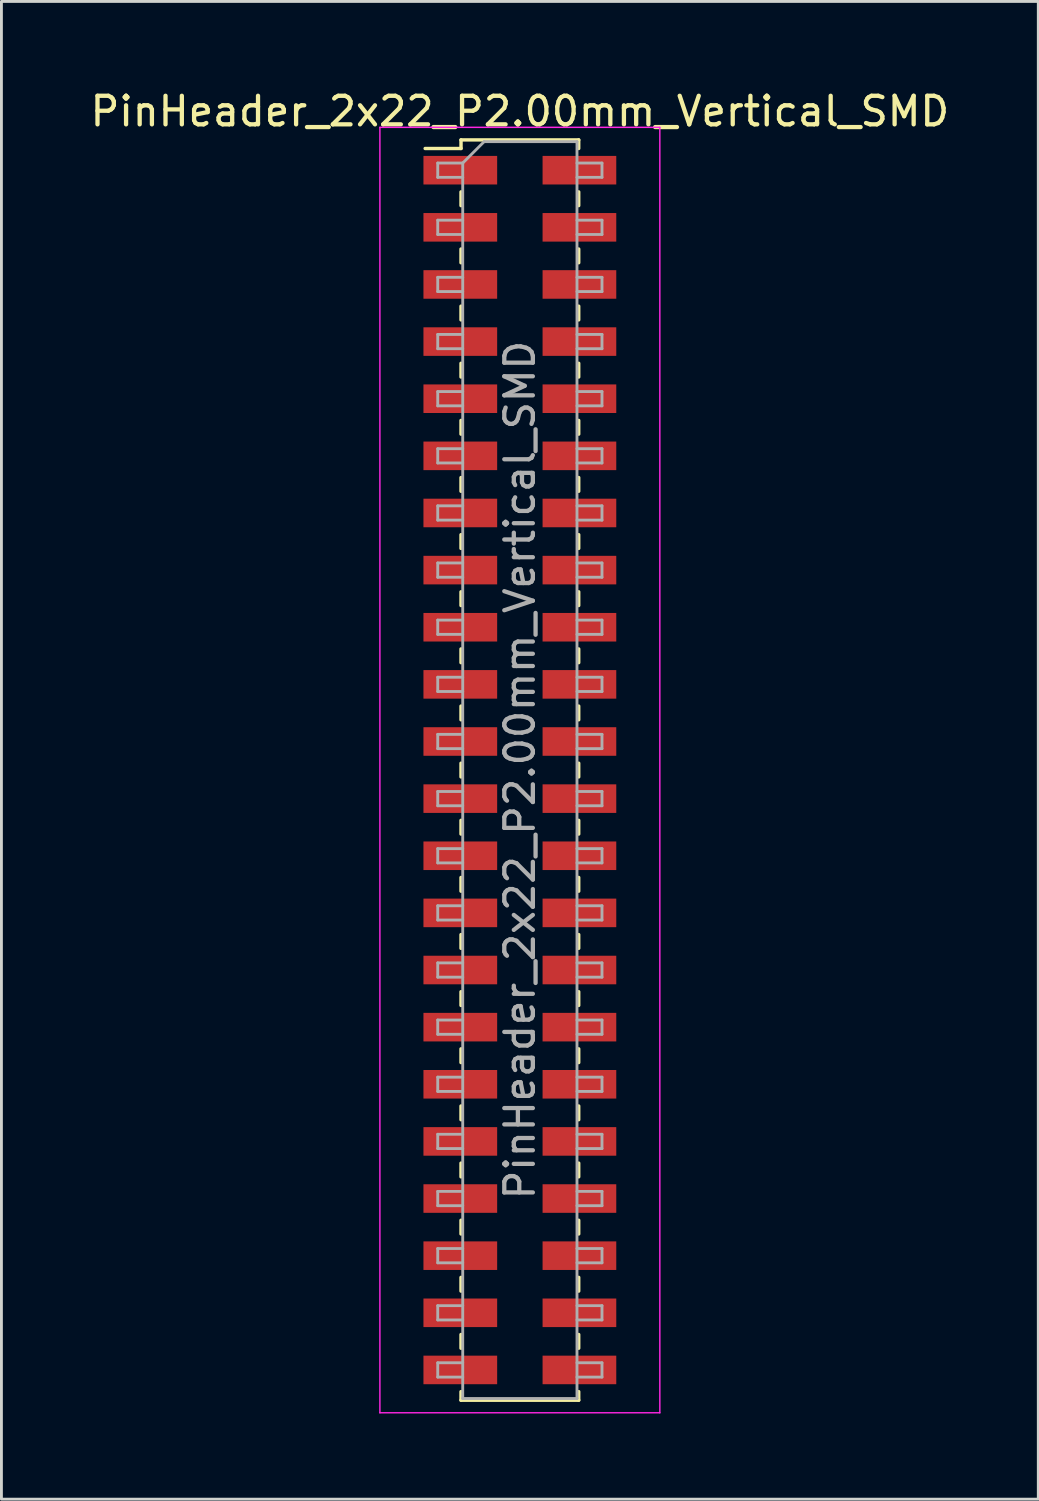
<source format=kicad_pcb>
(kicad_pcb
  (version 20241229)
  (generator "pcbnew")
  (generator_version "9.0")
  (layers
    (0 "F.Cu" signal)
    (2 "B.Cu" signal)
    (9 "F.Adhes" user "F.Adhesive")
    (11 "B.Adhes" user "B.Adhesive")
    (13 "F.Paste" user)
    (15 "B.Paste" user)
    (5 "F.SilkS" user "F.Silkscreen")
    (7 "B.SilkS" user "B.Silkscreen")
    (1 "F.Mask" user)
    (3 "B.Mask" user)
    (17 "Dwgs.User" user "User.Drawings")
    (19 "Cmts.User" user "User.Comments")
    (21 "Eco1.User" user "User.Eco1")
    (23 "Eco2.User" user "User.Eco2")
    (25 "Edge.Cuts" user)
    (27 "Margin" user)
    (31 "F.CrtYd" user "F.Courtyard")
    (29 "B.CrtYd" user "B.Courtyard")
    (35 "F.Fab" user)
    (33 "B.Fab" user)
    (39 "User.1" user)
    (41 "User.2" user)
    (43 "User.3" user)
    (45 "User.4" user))
  (footprint "PinHeader_2x22_P2.00mm_Vertical_SMD"
    (layer "F.Cu")
    (at 15.149 23.908)
    (property "Reference" "PinHeader_2x22_P2.00mm_Vertical_SMD" (at 0 -23.06 0) (layer "F.SilkS") (effects (font (size 1 1) (thickness 0.15))))
    (attr smd)
    (fp_line (start -3.315 -21.76) (end -2.06 -21.76) (stroke (width 0.12) (type solid)) (layer "F.SilkS"))
    (fp_line (start -2.06 -22.06) (end -2.06 -21.76) (stroke (width 0.12) (type solid)) (layer "F.SilkS"))
    (fp_line (start -2.06 -22.06) (end 2.06 -22.06) (stroke (width 0.12) (type solid)) (layer "F.SilkS"))
    (fp_line (start -2.06 -20.24) (end -2.06 -19.76) (stroke (width 0.12) (type solid)) (layer "F.SilkS"))
    (fp_line (start -2.06 -18.24) (end -2.06 -17.76) (stroke (width 0.12) (type solid)) (layer "F.SilkS"))
    (fp_line (start -2.06 -16.24) (end -2.06 -15.76) (stroke (width 0.12) (type solid)) (layer "F.SilkS"))
    (fp_line (start -2.06 -14.24) (end -2.06 -13.76) (stroke (width 0.12) (type solid)) (layer "F.SilkS"))
    (fp_line (start -2.06 -12.24) (end -2.06 -11.76) (stroke (width 0.12) (type solid)) (layer "F.SilkS"))
    (fp_line (start -2.06 -10.24) (end -2.06 -9.76) (stroke (width 0.12) (type solid)) (layer "F.SilkS"))
    (fp_line (start -2.06 -8.24) (end -2.06 -7.76) (stroke (width 0.12) (type solid)) (layer "F.SilkS"))
    (fp_line (start -2.06 -6.24) (end -2.06 -5.76) (stroke (width 0.12) (type solid)) (layer "F.SilkS"))
    (fp_line (start -2.06 -4.24) (end -2.06 -3.76) (stroke (width 0.12) (type solid)) (layer "F.SilkS"))
    (fp_line (start -2.06 -2.24) (end -2.06 -1.76) (stroke (width 0.12) (type solid)) (layer "F.SilkS"))
    (fp_line (start -2.06 -0.24) (end -2.06 0.24) (stroke (width 0.12) (type solid)) (layer "F.SilkS"))
    (fp_line (start -2.06 1.76) (end -2.06 2.24) (stroke (width 0.12) (type solid)) (layer "F.SilkS"))
    (fp_line (start -2.06 3.76) (end -2.06 4.24) (stroke (width 0.12) (type solid)) (layer "F.SilkS"))
    (fp_line (start -2.06 5.76) (end -2.06 6.24) (stroke (width 0.12) (type solid)) (layer "F.SilkS"))
    (fp_line (start -2.06 7.76) (end -2.06 8.24) (stroke (width 0.12) (type solid)) (layer "F.SilkS"))
    (fp_line (start -2.06 9.76) (end -2.06 10.24) (stroke (width 0.12) (type solid)) (layer "F.SilkS"))
    (fp_line (start -2.06 11.76) (end -2.06 12.24) (stroke (width 0.12) (type solid)) (layer "F.SilkS"))
    (fp_line (start -2.06 13.76) (end -2.06 14.24) (stroke (width 0.12) (type solid)) (layer "F.SilkS"))
    (fp_line (start -2.06 15.76) (end -2.06 16.24) (stroke (width 0.12) (type solid)) (layer "F.SilkS"))
    (fp_line (start -2.06 17.76) (end -2.06 18.24) (stroke (width 0.12) (type solid)) (layer "F.SilkS"))
    (fp_line (start -2.06 19.76) (end -2.06 20.24) (stroke (width 0.12) (type solid)) (layer "F.SilkS"))
    (fp_line (start -2.06 21.76) (end -2.06 22.06) (stroke (width 0.12) (type solid)) (layer "F.SilkS"))
    (fp_line (start -2.06 22.06) (end 2.06 22.06) (stroke (width 0.12) (type solid)) (layer "F.SilkS"))
    (fp_line (start 2.06 -22.06) (end 2.06 -21.76) (stroke (width 0.12) (type solid)) (layer "F.SilkS"))
    (fp_line (start 2.06 -20.24) (end 2.06 -19.76) (stroke (width 0.12) (type solid)) (layer "F.SilkS"))
    (fp_line (start 2.06 -18.24) (end 2.06 -17.76) (stroke (width 0.12) (type solid)) (layer "F.SilkS"))
    (fp_line (start 2.06 -16.24) (end 2.06 -15.76) (stroke (width 0.12) (type solid)) (layer "F.SilkS"))
    (fp_line (start 2.06 -14.24) (end 2.06 -13.76) (stroke (width 0.12) (type solid)) (layer "F.SilkS"))
    (fp_line (start 2.06 -12.24) (end 2.06 -11.76) (stroke (width 0.12) (type solid)) (layer "F.SilkS"))
    (fp_line (start 2.06 -10.24) (end 2.06 -9.76) (stroke (width 0.12) (type solid)) (layer "F.SilkS"))
    (fp_line (start 2.06 -8.24) (end 2.06 -7.76) (stroke (width 0.12) (type solid)) (layer "F.SilkS"))
    (fp_line (start 2.06 -6.24) (end 2.06 -5.76) (stroke (width 0.12) (type solid)) (layer "F.SilkS"))
    (fp_line (start 2.06 -4.24) (end 2.06 -3.76) (stroke (width 0.12) (type solid)) (layer "F.SilkS"))
    (fp_line (start 2.06 -2.24) (end 2.06 -1.76) (stroke (width 0.12) (type solid)) (layer "F.SilkS"))
    (fp_line (start 2.06 -0.24) (end 2.06 0.24) (stroke (width 0.12) (type solid)) (layer "F.SilkS"))
    (fp_line (start 2.06 1.76) (end 2.06 2.24) (stroke (width 0.12) (type solid)) (layer "F.SilkS"))
    (fp_line (start 2.06 3.76) (end 2.06 4.24) (stroke (width 0.12) (type solid)) (layer "F.SilkS"))
    (fp_line (start 2.06 5.76) (end 2.06 6.24) (stroke (width 0.12) (type solid)) (layer "F.SilkS"))
    (fp_line (start 2.06 7.76) (end 2.06 8.24) (stroke (width 0.12) (type solid)) (layer "F.SilkS"))
    (fp_line (start 2.06 9.76) (end 2.06 10.24) (stroke (width 0.12) (type solid)) (layer "F.SilkS"))
    (fp_line (start 2.06 11.76) (end 2.06 12.24) (stroke (width 0.12) (type solid)) (layer "F.SilkS"))
    (fp_line (start 2.06 13.76) (end 2.06 14.24) (stroke (width 0.12) (type solid)) (layer "F.SilkS"))
    (fp_line (start 2.06 15.76) (end 2.06 16.24) (stroke (width 0.12) (type solid)) (layer "F.SilkS"))
    (fp_line (start 2.06 17.76) (end 2.06 18.24) (stroke (width 0.12) (type solid)) (layer "F.SilkS"))
    (fp_line (start 2.06 19.76) (end 2.06 20.24) (stroke (width 0.12) (type solid)) (layer "F.SilkS"))
    (fp_line (start 2.06 21.76) (end 2.06 22.06) (stroke (width 0.12) (type solid)) (layer "F.SilkS"))
    (fp_line (start -4.9 -22.5) (end -4.9 22.5) (stroke (width 0.05) (type solid)) (layer "F.CrtYd"))
    (fp_line (start -4.9 22.5) (end 4.9 22.5) (stroke (width 0.05) (type solid)) (layer "F.CrtYd"))
    (fp_line (start 4.9 -22.5) (end -4.9 -22.5) (stroke (width 0.05) (type solid)) (layer "F.CrtYd"))
    (fp_line (start 4.9 22.5) (end 4.9 -22.5) (stroke (width 0.05) (type solid)) (layer "F.CrtYd"))
    (fp_line (start -2.875 -21.25) (end -2.875 -20.75) (stroke (width 0.1) (type solid)) (layer "F.Fab"))
    (fp_line (start -2.875 -20.75) (end -2 -20.75) (stroke (width 0.1) (type solid)) (layer "F.Fab"))
    (fp_line (start -2.875 -19.25) (end -2.875 -18.75) (stroke (width 0.1) (type solid)) (layer "F.Fab"))
    (fp_line (start -2.875 -18.75) (end -2 -18.75) (stroke (width 0.1) (type solid)) (layer "F.Fab"))
    (fp_line (start -2.875 -17.25) (end -2.875 -16.75) (stroke (width 0.1) (type solid)) (layer "F.Fab"))
    (fp_line (start -2.875 -16.75) (end -2 -16.75) (stroke (width 0.1) (type solid)) (layer "F.Fab"))
    (fp_line (start -2.875 -15.25) (end -2.875 -14.75) (stroke (width 0.1) (type solid)) (layer "F.Fab"))
    (fp_line (start -2.875 -14.75) (end -2 -14.75) (stroke (width 0.1) (type solid)) (layer "F.Fab"))
    (fp_line (start -2.875 -13.25) (end -2.875 -12.75) (stroke (width 0.1) (type solid)) (layer "F.Fab"))
    (fp_line (start -2.875 -12.75) (end -2 -12.75) (stroke (width 0.1) (type solid)) (layer "F.Fab"))
    (fp_line (start -2.875 -11.25) (end -2.875 -10.75) (stroke (width 0.1) (type solid)) (layer "F.Fab"))
    (fp_line (start -2.875 -10.75) (end -2 -10.75) (stroke (width 0.1) (type solid)) (layer "F.Fab"))
    (fp_line (start -2.875 -9.25) (end -2.875 -8.75) (stroke (width 0.1) (type solid)) (layer "F.Fab"))
    (fp_line (start -2.875 -8.75) (end -2 -8.75) (stroke (width 0.1) (type solid)) (layer "F.Fab"))
    (fp_line (start -2.875 -7.25) (end -2.875 -6.75) (stroke (width 0.1) (type solid)) (layer "F.Fab"))
    (fp_line (start -2.875 -6.75) (end -2 -6.75) (stroke (width 0.1) (type solid)) (layer "F.Fab"))
    (fp_line (start -2.875 -5.25) (end -2.875 -4.75) (stroke (width 0.1) (type solid)) (layer "F.Fab"))
    (fp_line (start -2.875 -4.75) (end -2 -4.75) (stroke (width 0.1) (type solid)) (layer "F.Fab"))
    (fp_line (start -2.875 -3.25) (end -2.875 -2.75) (stroke (width 0.1) (type solid)) (layer "F.Fab"))
    (fp_line (start -2.875 -2.75) (end -2 -2.75) (stroke (width 0.1) (type solid)) (layer "F.Fab"))
    (fp_line (start -2.875 -1.25) (end -2.875 -0.75) (stroke (width 0.1) (type solid)) (layer "F.Fab"))
    (fp_line (start -2.875 -0.75) (end -2 -0.75) (stroke (width 0.1) (type solid)) (layer "F.Fab"))
    (fp_line (start -2.875 0.75) (end -2.875 1.25) (stroke (width 0.1) (type solid)) (layer "F.Fab"))
    (fp_line (start -2.875 1.25) (end -2 1.25) (stroke (width 0.1) (type solid)) (layer "F.Fab"))
    (fp_line (start -2.875 2.75) (end -2.875 3.25) (stroke (width 0.1) (type solid)) (layer "F.Fab"))
    (fp_line (start -2.875 3.25) (end -2 3.25) (stroke (width 0.1) (type solid)) (layer "F.Fab"))
    (fp_line (start -2.875 4.75) (end -2.875 5.25) (stroke (width 0.1) (type solid)) (layer "F.Fab"))
    (fp_line (start -2.875 5.25) (end -2 5.25) (stroke (width 0.1) (type solid)) (layer "F.Fab"))
    (fp_line (start -2.875 6.75) (end -2.875 7.25) (stroke (width 0.1) (type solid)) (layer "F.Fab"))
    (fp_line (start -2.875 7.25) (end -2 7.25) (stroke (width 0.1) (type solid)) (layer "F.Fab"))
    (fp_line (start -2.875 8.75) (end -2.875 9.25) (stroke (width 0.1) (type solid)) (layer "F.Fab"))
    (fp_line (start -2.875 9.25) (end -2 9.25) (stroke (width 0.1) (type solid)) (layer "F.Fab"))
    (fp_line (start -2.875 10.75) (end -2.875 11.25) (stroke (width 0.1) (type solid)) (layer "F.Fab"))
    (fp_line (start -2.875 11.25) (end -2 11.25) (stroke (width 0.1) (type solid)) (layer "F.Fab"))
    (fp_line (start -2.875 12.75) (end -2.875 13.25) (stroke (width 0.1) (type solid)) (layer "F.Fab"))
    (fp_line (start -2.875 13.25) (end -2 13.25) (stroke (width 0.1) (type solid)) (layer "F.Fab"))
    (fp_line (start -2.875 14.75) (end -2.875 15.25) (stroke (width 0.1) (type solid)) (layer "F.Fab"))
    (fp_line (start -2.875 15.25) (end -2 15.25) (stroke (width 0.1) (type solid)) (layer "F.Fab"))
    (fp_line (start -2.875 16.75) (end -2.875 17.25) (stroke (width 0.1) (type solid)) (layer "F.Fab"))
    (fp_line (start -2.875 17.25) (end -2 17.25) (stroke (width 0.1) (type solid)) (layer "F.Fab"))
    (fp_line (start -2.875 18.75) (end -2.875 19.25) (stroke (width 0.1) (type solid)) (layer "F.Fab"))
    (fp_line (start -2.875 19.25) (end -2 19.25) (stroke (width 0.1) (type solid)) (layer "F.Fab"))
    (fp_line (start -2.875 20.75) (end -2.875 21.25) (stroke (width 0.1) (type solid)) (layer "F.Fab"))
    (fp_line (start -2.875 21.25) (end -2 21.25) (stroke (width 0.1) (type solid)) (layer "F.Fab"))
    (fp_line (start -2 -21.25) (end -2.875 -21.25) (stroke (width 0.1) (type solid)) (layer "F.Fab"))
    (fp_line (start -2 -21.25) (end -1.25 -22) (stroke (width 0.1) (type solid)) (layer "F.Fab"))
    (fp_line (start -2 -19.25) (end -2.875 -19.25) (stroke (width 0.1) (type solid)) (layer "F.Fab"))
    (fp_line (start -2 -17.25) (end -2.875 -17.25) (stroke (width 0.1) (type solid)) (layer "F.Fab"))
    (fp_line (start -2 -15.25) (end -2.875 -15.25) (stroke (width 0.1) (type solid)) (layer "F.Fab"))
    (fp_line (start -2 -13.25) (end -2.875 -13.25) (stroke (width 0.1) (type solid)) (layer "F.Fab"))
    (fp_line (start -2 -11.25) (end -2.875 -11.25) (stroke (width 0.1) (type solid)) (layer "F.Fab"))
    (fp_line (start -2 -9.25) (end -2.875 -9.25) (stroke (width 0.1) (type solid)) (layer "F.Fab"))
    (fp_line (start -2 -7.25) (end -2.875 -7.25) (stroke (width 0.1) (type solid)) (layer "F.Fab"))
    (fp_line (start -2 -5.25) (end -2.875 -5.25) (stroke (width 0.1) (type solid)) (layer "F.Fab"))
    (fp_line (start -2 -3.25) (end -2.875 -3.25) (stroke (width 0.1) (type solid)) (layer "F.Fab"))
    (fp_line (start -2 -1.25) (end -2.875 -1.25) (stroke (width 0.1) (type solid)) (layer "F.Fab"))
    (fp_line (start -2 0.75) (end -2.875 0.75) (stroke (width 0.1) (type solid)) (layer "F.Fab"))
    (fp_line (start -2 2.75) (end -2.875 2.75) (stroke (width 0.1) (type solid)) (layer "F.Fab"))
    (fp_line (start -2 4.75) (end -2.875 4.75) (stroke (width 0.1) (type solid)) (layer "F.Fab"))
    (fp_line (start -2 6.75) (end -2.875 6.75) (stroke (width 0.1) (type solid)) (layer "F.Fab"))
    (fp_line (start -2 8.75) (end -2.875 8.75) (stroke (width 0.1) (type solid)) (layer "F.Fab"))
    (fp_line (start -2 10.75) (end -2.875 10.75) (stroke (width 0.1) (type solid)) (layer "F.Fab"))
    (fp_line (start -2 12.75) (end -2.875 12.75) (stroke (width 0.1) (type solid)) (layer "F.Fab"))
    (fp_line (start -2 14.75) (end -2.875 14.75) (stroke (width 0.1) (type solid)) (layer "F.Fab"))
    (fp_line (start -2 16.75) (end -2.875 16.75) (stroke (width 0.1) (type solid)) (layer "F.Fab"))
    (fp_line (start -2 18.75) (end -2.875 18.75) (stroke (width 0.1) (type solid)) (layer "F.Fab"))
    (fp_line (start -2 20.75) (end -2.875 20.75) (stroke (width 0.1) (type solid)) (layer "F.Fab"))
    (fp_line (start -2 22) (end -2 -21.25) (stroke (width 0.1) (type solid)) (layer "F.Fab"))
    (fp_line (start -1.25 -22) (end 2 -22) (stroke (width 0.1) (type solid)) (layer "F.Fab"))
    (fp_line (start 2 -22) (end 2 22) (stroke (width 0.1) (type solid)) (layer "F.Fab"))
    (fp_line (start 2 -21.25) (end 2.875 -21.25) (stroke (width 0.1) (type solid)) (layer "F.Fab"))
    (fp_line (start 2 -19.25) (end 2.875 -19.25) (stroke (width 0.1) (type solid)) (layer "F.Fab"))
    (fp_line (start 2 -17.25) (end 2.875 -17.25) (stroke (width 0.1) (type solid)) (layer "F.Fab"))
    (fp_line (start 2 -15.25) (end 2.875 -15.25) (stroke (width 0.1) (type solid)) (layer "F.Fab"))
    (fp_line (start 2 -13.25) (end 2.875 -13.25) (stroke (width 0.1) (type solid)) (layer "F.Fab"))
    (fp_line (start 2 -11.25) (end 2.875 -11.25) (stroke (width 0.1) (type solid)) (layer "F.Fab"))
    (fp_line (start 2 -9.25) (end 2.875 -9.25) (stroke (width 0.1) (type solid)) (layer "F.Fab"))
    (fp_line (start 2 -7.25) (end 2.875 -7.25) (stroke (width 0.1) (type solid)) (layer "F.Fab"))
    (fp_line (start 2 -5.25) (end 2.875 -5.25) (stroke (width 0.1) (type solid)) (layer "F.Fab"))
    (fp_line (start 2 -3.25) (end 2.875 -3.25) (stroke (width 0.1) (type solid)) (layer "F.Fab"))
    (fp_line (start 2 -1.25) (end 2.875 -1.25) (stroke (width 0.1) (type solid)) (layer "F.Fab"))
    (fp_line (start 2 0.75) (end 2.875 0.75) (stroke (width 0.1) (type solid)) (layer "F.Fab"))
    (fp_line (start 2 2.75) (end 2.875 2.75) (stroke (width 0.1) (type solid)) (layer "F.Fab"))
    (fp_line (start 2 4.75) (end 2.875 4.75) (stroke (width 0.1) (type solid)) (layer "F.Fab"))
    (fp_line (start 2 6.75) (end 2.875 6.75) (stroke (width 0.1) (type solid)) (layer "F.Fab"))
    (fp_line (start 2 8.75) (end 2.875 8.75) (stroke (width 0.1) (type solid)) (layer "F.Fab"))
    (fp_line (start 2 10.75) (end 2.875 10.75) (stroke (width 0.1) (type solid)) (layer "F.Fab"))
    (fp_line (start 2 12.75) (end 2.875 12.75) (stroke (width 0.1) (type solid)) (layer "F.Fab"))
    (fp_line (start 2 14.75) (end 2.875 14.75) (stroke (width 0.1) (type solid)) (layer "F.Fab"))
    (fp_line (start 2 16.75) (end 2.875 16.75) (stroke (width 0.1) (type solid)) (layer "F.Fab"))
    (fp_line (start 2 18.75) (end 2.875 18.75) (stroke (width 0.1) (type solid)) (layer "F.Fab"))
    (fp_line (start 2 20.75) (end 2.875 20.75) (stroke (width 0.1) (type solid)) (layer "F.Fab"))
    (fp_line (start 2 22) (end -2 22) (stroke (width 0.1) (type solid)) (layer "F.Fab"))
    (fp_line (start 2.875 -21.25) (end 2.875 -20.75) (stroke (width 0.1) (type solid)) (layer "F.Fab"))
    (fp_line (start 2.875 -20.75) (end 2 -20.75) (stroke (width 0.1) (type solid)) (layer "F.Fab"))
    (fp_line (start 2.875 -19.25) (end 2.875 -18.75) (stroke (width 0.1) (type solid)) (layer "F.Fab"))
    (fp_line (start 2.875 -18.75) (end 2 -18.75) (stroke (width 0.1) (type solid)) (layer "F.Fab"))
    (fp_line (start 2.875 -17.25) (end 2.875 -16.75) (stroke (width 0.1) (type solid)) (layer "F.Fab"))
    (fp_line (start 2.875 -16.75) (end 2 -16.75) (stroke (width 0.1) (type solid)) (layer "F.Fab"))
    (fp_line (start 2.875 -15.25) (end 2.875 -14.75) (stroke (width 0.1) (type solid)) (layer "F.Fab"))
    (fp_line (start 2.875 -14.75) (end 2 -14.75) (stroke (width 0.1) (type solid)) (layer "F.Fab"))
    (fp_line (start 2.875 -13.25) (end 2.875 -12.75) (stroke (width 0.1) (type solid)) (layer "F.Fab"))
    (fp_line (start 2.875 -12.75) (end 2 -12.75) (stroke (width 0.1) (type solid)) (layer "F.Fab"))
    (fp_line (start 2.875 -11.25) (end 2.875 -10.75) (stroke (width 0.1) (type solid)) (layer "F.Fab"))
    (fp_line (start 2.875 -10.75) (end 2 -10.75) (stroke (width 0.1) (type solid)) (layer "F.Fab"))
    (fp_line (start 2.875 -9.25) (end 2.875 -8.75) (stroke (width 0.1) (type solid)) (layer "F.Fab"))
    (fp_line (start 2.875 -8.75) (end 2 -8.75) (stroke (width 0.1) (type solid)) (layer "F.Fab"))
    (fp_line (start 2.875 -7.25) (end 2.875 -6.75) (stroke (width 0.1) (type solid)) (layer "F.Fab"))
    (fp_line (start 2.875 -6.75) (end 2 -6.75) (stroke (width 0.1) (type solid)) (layer "F.Fab"))
    (fp_line (start 2.875 -5.25) (end 2.875 -4.75) (stroke (width 0.1) (type solid)) (layer "F.Fab"))
    (fp_line (start 2.875 -4.75) (end 2 -4.75) (stroke (width 0.1) (type solid)) (layer "F.Fab"))
    (fp_line (start 2.875 -3.25) (end 2.875 -2.75) (stroke (width 0.1) (type solid)) (layer "F.Fab"))
    (fp_line (start 2.875 -2.75) (end 2 -2.75) (stroke (width 0.1) (type solid)) (layer "F.Fab"))
    (fp_line (start 2.875 -1.25) (end 2.875 -0.75) (stroke (width 0.1) (type solid)) (layer "F.Fab"))
    (fp_line (start 2.875 -0.75) (end 2 -0.75) (stroke (width 0.1) (type solid)) (layer "F.Fab"))
    (fp_line (start 2.875 0.75) (end 2.875 1.25) (stroke (width 0.1) (type solid)) (layer "F.Fab"))
    (fp_line (start 2.875 1.25) (end 2 1.25) (stroke (width 0.1) (type solid)) (layer "F.Fab"))
    (fp_line (start 2.875 2.75) (end 2.875 3.25) (stroke (width 0.1) (type solid)) (layer "F.Fab"))
    (fp_line (start 2.875 3.25) (end 2 3.25) (stroke (width 0.1) (type solid)) (layer "F.Fab"))
    (fp_line (start 2.875 4.75) (end 2.875 5.25) (stroke (width 0.1) (type solid)) (layer "F.Fab"))
    (fp_line (start 2.875 5.25) (end 2 5.25) (stroke (width 0.1) (type solid)) (layer "F.Fab"))
    (fp_line (start 2.875 6.75) (end 2.875 7.25) (stroke (width 0.1) (type solid)) (layer "F.Fab"))
    (fp_line (start 2.875 7.25) (end 2 7.25) (stroke (width 0.1) (type solid)) (layer "F.Fab"))
    (fp_line (start 2.875 8.75) (end 2.875 9.25) (stroke (width 0.1) (type solid)) (layer "F.Fab"))
    (fp_line (start 2.875 9.25) (end 2 9.25) (stroke (width 0.1) (type solid)) (layer "F.Fab"))
    (fp_line (start 2.875 10.75) (end 2.875 11.25) (stroke (width 0.1) (type solid)) (layer "F.Fab"))
    (fp_line (start 2.875 11.25) (end 2 11.25) (stroke (width 0.1) (type solid)) (layer "F.Fab"))
    (fp_line (start 2.875 12.75) (end 2.875 13.25) (stroke (width 0.1) (type solid)) (layer "F.Fab"))
    (fp_line (start 2.875 13.25) (end 2 13.25) (stroke (width 0.1) (type solid)) (layer "F.Fab"))
    (fp_line (start 2.875 14.75) (end 2.875 15.25) (stroke (width 0.1) (type solid)) (layer "F.Fab"))
    (fp_line (start 2.875 15.25) (end 2 15.25) (stroke (width 0.1) (type solid)) (layer "F.Fab"))
    (fp_line (start 2.875 16.75) (end 2.875 17.25) (stroke (width 0.1) (type solid)) (layer "F.Fab"))
    (fp_line (start 2.875 17.25) (end 2 17.25) (stroke (width 0.1) (type solid)) (layer "F.Fab"))
    (fp_line (start 2.875 18.75) (end 2.875 19.25) (stroke (width 0.1) (type solid)) (layer "F.Fab"))
    (fp_line (start 2.875 19.25) (end 2 19.25) (stroke (width 0.1) (type solid)) (layer "F.Fab"))
    (fp_line (start 2.875 20.75) (end 2.875 21.25) (stroke (width 0.1) (type solid)) (layer "F.Fab"))
    (fp_line (start 2.875 21.25) (end 2 21.25) (stroke (width 0.1) (type solid)) (layer "F.Fab"))
    (fp_text user "${REFERENCE}" (at 0 0 90) (layer "F.Fab") (effects (font (size 1 1) (thickness 0.15))))
    (pad "1" smd rect (at -2.085 -21) (size 2.58 1) (layers "F.Cu" "F.Mask" "F.Paste"))
    (pad "2" smd rect (at 2.085 -21) (size 2.58 1) (layers "F.Cu" "F.Mask" "F.Paste"))
    (pad "3" smd rect (at -2.085 -19) (size 2.58 1) (layers "F.Cu" "F.Mask" "F.Paste"))
    (pad "4" smd rect (at 2.085 -19) (size 2.58 1) (layers "F.Cu" "F.Mask" "F.Paste"))
    (pad "5" smd rect (at -2.085 -17) (size 2.58 1) (layers "F.Cu" "F.Mask" "F.Paste"))
    (pad "6" smd rect (at 2.085 -17) (size 2.58 1) (layers "F.Cu" "F.Mask" "F.Paste"))
    (pad "7" smd rect (at -2.085 -15) (size 2.58 1) (layers "F.Cu" "F.Mask" "F.Paste"))
    (pad "8" smd rect (at 2.085 -15) (size 2.58 1) (layers "F.Cu" "F.Mask" "F.Paste"))
    (pad "9" smd rect (at -2.085 -13) (size 2.58 1) (layers "F.Cu" "F.Mask" "F.Paste"))
    (pad "10" smd rect (at 2.085 -13) (size 2.58 1) (layers "F.Cu" "F.Mask" "F.Paste"))
    (pad "11" smd rect (at -2.085 -11) (size 2.58 1) (layers "F.Cu" "F.Mask" "F.Paste"))
    (pad "12" smd rect (at 2.085 -11) (size 2.58 1) (layers "F.Cu" "F.Mask" "F.Paste"))
    (pad "13" smd rect (at -2.085 -9) (size 2.58 1) (layers "F.Cu" "F.Mask" "F.Paste"))
    (pad "14" smd rect (at 2.085 -9) (size 2.58 1) (layers "F.Cu" "F.Mask" "F.Paste"))
    (pad "15" smd rect (at -2.085 -7) (size 2.58 1) (layers "F.Cu" "F.Mask" "F.Paste"))
    (pad "16" smd rect (at 2.085 -7) (size 2.58 1) (layers "F.Cu" "F.Mask" "F.Paste"))
    (pad "17" smd rect (at -2.085 -5) (size 2.58 1) (layers "F.Cu" "F.Mask" "F.Paste"))
    (pad "18" smd rect (at 2.085 -5) (size 2.58 1) (layers "F.Cu" "F.Mask" "F.Paste"))
    (pad "19" smd rect (at -2.085 -3) (size 2.58 1) (layers "F.Cu" "F.Mask" "F.Paste"))
    (pad "20" smd rect (at 2.085 -3) (size 2.58 1) (layers "F.Cu" "F.Mask" "F.Paste"))
    (pad "21" smd rect (at -2.085 -1) (size 2.58 1) (layers "F.Cu" "F.Mask" "F.Paste"))
    (pad "22" smd rect (at 2.085 -1) (size 2.58 1) (layers "F.Cu" "F.Mask" "F.Paste"))
    (pad "23" smd rect (at -2.085 1) (size 2.58 1) (layers "F.Cu" "F.Mask" "F.Paste"))
    (pad "24" smd rect (at 2.085 1) (size 2.58 1) (layers "F.Cu" "F.Mask" "F.Paste"))
    (pad "25" smd rect (at -2.085 3) (size 2.58 1) (layers "F.Cu" "F.Mask" "F.Paste"))
    (pad "26" smd rect (at 2.085 3) (size 2.58 1) (layers "F.Cu" "F.Mask" "F.Paste"))
    (pad "27" smd rect (at -2.085 5) (size 2.58 1) (layers "F.Cu" "F.Mask" "F.Paste"))
    (pad "28" smd rect (at 2.085 5) (size 2.58 1) (layers "F.Cu" "F.Mask" "F.Paste"))
    (pad "29" smd rect (at -2.085 7) (size 2.58 1) (layers "F.Cu" "F.Mask" "F.Paste"))
    (pad "30" smd rect (at 2.085 7) (size 2.58 1) (layers "F.Cu" "F.Mask" "F.Paste"))
    (pad "31" smd rect (at -2.085 9) (size 2.58 1) (layers "F.Cu" "F.Mask" "F.Paste"))
    (pad "32" smd rect (at 2.085 9) (size 2.58 1) (layers "F.Cu" "F.Mask" "F.Paste"))
    (pad "33" smd rect (at -2.085 11) (size 2.58 1) (layers "F.Cu" "F.Mask" "F.Paste"))
    (pad "34" smd rect (at 2.085 11) (size 2.58 1) (layers "F.Cu" "F.Mask" "F.Paste"))
    (pad "35" smd rect (at -2.085 13) (size 2.58 1) (layers "F.Cu" "F.Mask" "F.Paste"))
    (pad "36" smd rect (at 2.085 13) (size 2.58 1) (layers "F.Cu" "F.Mask" "F.Paste"))
    (pad "37" smd rect (at -2.085 15) (size 2.58 1) (layers "F.Cu" "F.Mask" "F.Paste"))
    (pad "38" smd rect (at 2.085 15) (size 2.58 1) (layers "F.Cu" "F.Mask" "F.Paste"))
    (pad "39" smd rect (at -2.085 17) (size 2.58 1) (layers "F.Cu" "F.Mask" "F.Paste"))
    (pad "40" smd rect (at 2.085 17) (size 2.58 1) (layers "F.Cu" "F.Mask" "F.Paste"))
    (pad "41" smd rect (at -2.085 19) (size 2.58 1) (layers "F.Cu" "F.Mask" "F.Paste"))
    (pad "42" smd rect (at 2.085 19) (size 2.58 1) (layers "F.Cu" "F.Mask" "F.Paste"))
    (pad "43" smd rect (at -2.085 21) (size 2.58 1) (layers "F.Cu" "F.Mask" "F.Paste"))
    (pad "44" smd rect (at 2.085 21) (size 2.58 1) (layers "F.Cu" "F.Mask" "F.Paste")))
  (gr_rect
    (start -3 -3)
    (end 33.298 49.433)
    (stroke (width 0.1) (type default))
    (fill no)
    (layer "Edge.Cuts")))
</source>
